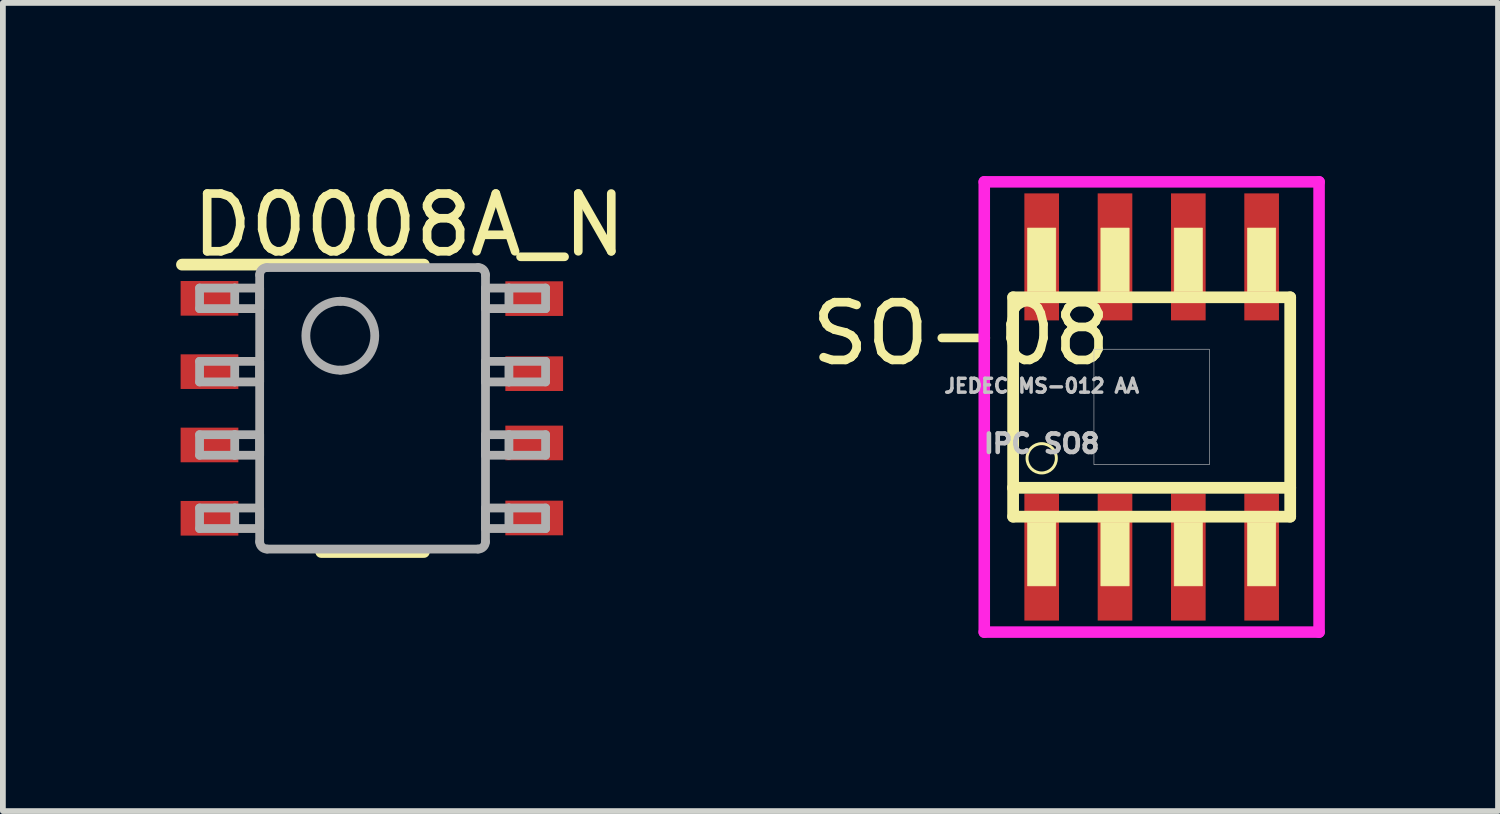
<source format=kicad_pcb>
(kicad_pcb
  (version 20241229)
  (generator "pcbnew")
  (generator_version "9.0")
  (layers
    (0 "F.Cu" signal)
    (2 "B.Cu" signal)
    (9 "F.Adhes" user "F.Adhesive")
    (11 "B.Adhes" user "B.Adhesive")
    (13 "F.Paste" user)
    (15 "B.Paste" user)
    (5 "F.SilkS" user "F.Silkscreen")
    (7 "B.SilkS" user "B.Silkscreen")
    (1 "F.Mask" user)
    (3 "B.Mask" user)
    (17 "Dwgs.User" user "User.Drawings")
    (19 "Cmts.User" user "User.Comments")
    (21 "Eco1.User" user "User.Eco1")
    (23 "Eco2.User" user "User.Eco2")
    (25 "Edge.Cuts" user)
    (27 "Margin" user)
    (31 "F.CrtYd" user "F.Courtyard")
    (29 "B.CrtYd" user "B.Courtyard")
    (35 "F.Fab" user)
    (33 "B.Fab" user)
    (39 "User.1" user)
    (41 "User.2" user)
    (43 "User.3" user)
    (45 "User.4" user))
  (footprint "D0008A_N"
    (layer "F.Cu")
    (at 3.404 4.023)
    (property "Reference" "D0008A_N" (at 0.635 -3.175 0) (layer "F.SilkS") (effects (font (size 1 1) (thickness 0.15))))
    (attr smd)
    (fp_line (start -3.302 -2.489) (end 0.889 -2.489) (stroke (width 0.203) (type solid)) (layer "F.SilkS"))
    (fp_line (start -0.889 2.489) (end 0.889 2.489) (stroke (width 0.203) (type solid)) (layer "F.SilkS"))
    (fp_line (start -2.997 -2.083) (end -2.388 -2.083) (stroke (width 0.152) (type solid)) (layer "F.Fab"))
    (fp_line (start -2.997 -1.727) (end -2.997 -2.083) (stroke (width 0.152) (type solid)) (layer "F.Fab"))
    (fp_line (start -2.997 -1.727) (end -2.388 -1.727) (stroke (width 0.152) (type solid)) (layer "F.Fab"))
    (fp_line (start -2.997 -0.813) (end -2.388 -0.813) (stroke (width 0.152) (type solid)) (layer "F.Fab"))
    (fp_line (start -2.997 -0.457) (end -2.997 -0.813) (stroke (width 0.152) (type solid)) (layer "F.Fab"))
    (fp_line (start -2.997 -0.457) (end -2.388 -0.457) (stroke (width 0.152) (type solid)) (layer "F.Fab"))
    (fp_line (start -2.997 0.457) (end -2.388 0.457) (stroke (width 0.152) (type solid)) (layer "F.Fab"))
    (fp_line (start -2.997 0.813) (end -2.997 0.457) (stroke (width 0.152) (type solid)) (layer "F.Fab"))
    (fp_line (start -2.997 0.813) (end -2.388 0.813) (stroke (width 0.152) (type solid)) (layer "F.Fab"))
    (fp_line (start -2.997 1.727) (end -2.388 1.727) (stroke (width 0.152) (type solid)) (layer "F.Fab"))
    (fp_line (start -2.997 2.083) (end -2.997 1.727) (stroke (width 0.152) (type solid)) (layer "F.Fab"))
    (fp_line (start -2.997 2.083) (end -2.388 2.083) (stroke (width 0.152) (type solid)) (layer "F.Fab"))
    (fp_line (start -2.388 -2.083) (end -1.956 -2.083) (stroke (width 0.152) (type solid)) (layer "F.Fab"))
    (fp_line (start -2.388 -1.727) (end -2.388 -2.083) (stroke (width 0.152) (type solid)) (layer "F.Fab"))
    (fp_line (start -2.388 -1.727) (end -1.956 -1.727) (stroke (width 0.152) (type solid)) (layer "F.Fab"))
    (fp_line (start -2.388 -0.813) (end -1.956 -0.813) (stroke (width 0.152) (type solid)) (layer "F.Fab"))
    (fp_line (start -2.388 -0.457) (end -2.388 -0.813) (stroke (width 0.152) (type solid)) (layer "F.Fab"))
    (fp_line (start -2.388 -0.457) (end -1.956 -0.457) (stroke (width 0.152) (type solid)) (layer "F.Fab"))
    (fp_line (start -2.388 0.457) (end -1.956 0.457) (stroke (width 0.152) (type solid)) (layer "F.Fab"))
    (fp_line (start -2.388 0.813) (end -2.388 0.457) (stroke (width 0.152) (type solid)) (layer "F.Fab"))
    (fp_line (start -2.388 0.813) (end -1.956 0.813) (stroke (width 0.152) (type solid)) (layer "F.Fab"))
    (fp_line (start -2.388 1.727) (end -1.956 1.727) (stroke (width 0.152) (type solid)) (layer "F.Fab"))
    (fp_line (start -2.388 2.083) (end -2.388 1.727) (stroke (width 0.152) (type solid)) (layer "F.Fab"))
    (fp_line (start -2.388 2.083) (end -1.956 2.083) (stroke (width 0.152) (type solid)) (layer "F.Fab"))
    (fp_line (start -1.956 -1.727) (end -1.956 -2.083) (stroke (width 0.152) (type solid)) (layer "F.Fab"))
    (fp_line (start -1.956 -0.457) (end -1.956 -0.813) (stroke (width 0.152) (type solid)) (layer "F.Fab"))
    (fp_line (start -1.956 0.813) (end -1.956 0.457) (stroke (width 0.152) (type solid)) (layer "F.Fab"))
    (fp_line (start -1.956 2.083) (end -1.956 1.727) (stroke (width 0.152) (type solid)) (layer "F.Fab"))
    (fp_line (start -1.956 2.311) (end -1.956 -2.311) (stroke (width 0.152) (type solid)) (layer "F.Fab"))
    (fp_line (start -1.829 -2.438) (end 1.829 -2.438) (stroke (width 0.152) (type solid)) (layer "F.Fab"))
    (fp_line (start -1.829 2.438) (end 1.829 2.438) (stroke (width 0.152) (type solid)) (layer "F.Fab"))
    (fp_line (start 1.956 -2.083) (end 2.362 -2.083) (stroke (width 0.152) (type solid)) (layer "F.Fab"))
    (fp_line (start 1.956 -1.727) (end 1.956 -2.083) (stroke (width 0.152) (type solid)) (layer "F.Fab"))
    (fp_line (start 1.956 -1.727) (end 2.362 -1.727) (stroke (width 0.152) (type solid)) (layer "F.Fab"))
    (fp_line (start 1.956 -0.813) (end 2.362 -0.813) (stroke (width 0.152) (type solid)) (layer "F.Fab"))
    (fp_line (start 1.956 -0.457) (end 1.956 -0.813) (stroke (width 0.152) (type solid)) (layer "F.Fab"))
    (fp_line (start 1.956 -0.457) (end 2.362 -0.457) (stroke (width 0.152) (type solid)) (layer "F.Fab"))
    (fp_line (start 1.956 0.457) (end 2.362 0.457) (stroke (width 0.152) (type solid)) (layer "F.Fab"))
    (fp_line (start 1.956 0.813) (end 1.956 0.457) (stroke (width 0.152) (type solid)) (layer "F.Fab"))
    (fp_line (start 1.956 0.813) (end 2.362 0.813) (stroke (width 0.152) (type solid)) (layer "F.Fab"))
    (fp_line (start 1.956 1.727) (end 2.362 1.727) (stroke (width 0.152) (type solid)) (layer "F.Fab"))
    (fp_line (start 1.956 2.083) (end 1.956 1.727) (stroke (width 0.152) (type solid)) (layer "F.Fab"))
    (fp_line (start 1.956 2.083) (end 2.362 2.083) (stroke (width 0.152) (type solid)) (layer "F.Fab"))
    (fp_line (start 1.956 2.311) (end 1.956 -2.311) (stroke (width 0.152) (type solid)) (layer "F.Fab"))
    (fp_line (start 2.362 -2.083) (end 2.997 -2.083) (stroke (width 0.152) (type solid)) (layer "F.Fab"))
    (fp_line (start 2.362 -1.727) (end 2.362 -2.083) (stroke (width 0.152) (type solid)) (layer "F.Fab"))
    (fp_line (start 2.362 -1.727) (end 2.997 -1.727) (stroke (width 0.152) (type solid)) (layer "F.Fab"))
    (fp_line (start 2.362 -0.813) (end 2.997 -0.813) (stroke (width 0.152) (type solid)) (layer "F.Fab"))
    (fp_line (start 2.362 -0.457) (end 2.362 -0.813) (stroke (width 0.152) (type solid)) (layer "F.Fab"))
    (fp_line (start 2.362 -0.457) (end 2.997 -0.457) (stroke (width 0.152) (type solid)) (layer "F.Fab"))
    (fp_line (start 2.362 0.457) (end 2.997 0.457) (stroke (width 0.152) (type solid)) (layer "F.Fab"))
    (fp_line (start 2.362 0.813) (end 2.362 0.457) (stroke (width 0.152) (type solid)) (layer "F.Fab"))
    (fp_line (start 2.362 0.813) (end 2.997 0.813) (stroke (width 0.152) (type solid)) (layer "F.Fab"))
    (fp_line (start 2.362 1.727) (end 2.997 1.727) (stroke (width 0.152) (type solid)) (layer "F.Fab"))
    (fp_line (start 2.362 2.083) (end 2.362 1.727) (stroke (width 0.152) (type solid)) (layer "F.Fab"))
    (fp_line (start 2.362 2.083) (end 2.997 2.083) (stroke (width 0.152) (type solid)) (layer "F.Fab"))
    (fp_line (start 2.997 -1.727) (end 2.997 -2.083) (stroke (width 0.152) (type solid)) (layer "F.Fab"))
    (fp_line (start 2.997 -0.457) (end 2.997 -0.813) (stroke (width 0.152) (type solid)) (layer "F.Fab"))
    (fp_line (start 2.997 0.813) (end 2.997 0.457) (stroke (width 0.152) (type solid)) (layer "F.Fab"))
    (fp_line (start 2.997 2.083) (end 2.997 1.727) (stroke (width 0.152) (type solid)) (layer "F.Fab"))
    (fp_arc (start -1.9558 -2.3114) (mid -1.918279 -2.400879) (end -1.8288 -2.4384) (stroke (width 0.1524) (type solid)) (layer "F.Fab"))
    (fp_arc (start -1.8288 2.4384) (mid -1.918279 2.400879) (end -1.9558 2.3114) (stroke (width 0.1524) (type solid)) (layer "F.Fab"))
    (fp_arc (start -0.5588 -1.8542) (mid 0.0381 -1.2573) (end -0.5588 -0.6604) (stroke (width 0.1524) (type solid)) (layer "F.Fab"))
    (fp_arc (start -0.5588 -0.6604) (mid -1.1557 -1.2573) (end -0.5588 -1.8542) (stroke (width 0.1524) (type solid)) (layer "F.Fab"))
    (fp_arc (start 1.8288 -2.4384) (mid 1.918279 -2.400879) (end 1.9558 -2.3114) (stroke (width 0.1524) (type solid)) (layer "F.Fab"))
    (fp_arc (start 1.9558 2.3114) (mid 1.918279 2.400879) (end 1.8288 2.4384) (stroke (width 0.1524) (type solid)) (layer "F.Fab"))
    (pad "1" smd rect (at -2.825 -1.905 180) (size 1 0.6) (layers "F.Cu" "F.Mask" "F.Paste"))
    (pad "2" smd rect (at -2.825 -0.635 180) (size 1 0.6) (layers "F.Cu" "F.Mask" "F.Paste"))
    (pad "3" smd rect (at -2.825 0.635 180) (size 1 0.6) (layers "F.Cu" "F.Mask" "F.Paste"))
    (pad "4" smd rect (at -2.825 1.905 180) (size 1 0.6) (layers "F.Cu" "F.Mask" "F.Paste"))
    (pad "5" smd rect (at 2.8 1.9 180) (size 1 0.6) (layers "F.Cu" "F.Mask" "F.Paste"))
    (pad "6" smd rect (at 2.8 0.6 180) (size 1 0.6) (layers "F.Cu" "F.Mask" "F.Paste"))
    (pad "7" smd rect (at 2.8 -0.6 180) (size 1 0.6) (layers "F.Cu" "F.Mask" "F.Paste"))
    (pad "8" smd rect (at 2.8 -1.9 180) (size 1 0.6) (layers "F.Cu" "F.Mask" "F.Paste")))
  (footprint "SO-08"
    (layer "F.Cu")
    (at 16.9 4)
    (property "Reference" "SO-08" (at -3.302 -1.27 180) (layer "F.SilkS") (effects (font (size 1 1) (thickness 0.15))))
    (attr smd)
    (fp_line (start -2.4 -1.9) (end 2.4 -1.9) (stroke (width 0.203) (type solid)) (layer "F.SilkS"))
    (fp_line (start -2.4 1.4) (end -2.4 -1.9) (stroke (width 0.203) (type solid)) (layer "F.SilkS"))
    (fp_line (start -2.4 1.9) (end -2.4 1.4) (stroke (width 0.203) (type solid)) (layer "F.SilkS"))
    (fp_line (start 2.4 -1.9) (end 2.4 1.4) (stroke (width 0.203) (type solid)) (layer "F.SilkS"))
    (fp_line (start 2.4 1.4) (end -2.4 1.4) (stroke (width 0.203) (type solid)) (layer "F.SilkS"))
    (fp_line (start 2.4 1.4) (end 2.4 1.9) (stroke (width 0.203) (type solid)) (layer "F.SilkS"))
    (fp_line (start 2.4 1.9) (end -2.4 1.9) (stroke (width 0.203) (type solid)) (layer "F.SilkS"))
    (fp_circle (center -1.905 0.889) (end -1.651 0.889) (stroke (width 0.051) (type solid)) (fill no) (layer "F.SilkS"))
    (fp_poly (pts (xy -2.15 -3.1) (xy -1.66 -3.1) (xy -1.66 -2) (xy -2.15 -2)) (stroke (width 0.01) (type solid)) (fill yes) (layer "F.SilkS"))
    (fp_poly (pts (xy -2.15 2) (xy -1.66 2) (xy -1.66 3.1) (xy -2.15 3.1)) (stroke (width 0.01) (type solid)) (fill yes) (layer "F.SilkS"))
    (fp_poly (pts (xy -0.88 -3.1) (xy -0.39 -3.1) (xy -0.39 -2) (xy -0.88 -2)) (stroke (width 0.01) (type solid)) (fill yes) (layer "F.SilkS"))
    (fp_poly (pts (xy -0.88 2) (xy -0.39 2) (xy -0.39 3.1) (xy -0.88 3.1)) (stroke (width 0.01) (type solid)) (fill yes) (layer "F.SilkS"))
    (fp_poly (pts (xy 0.39 -3.1) (xy 0.88 -3.1) (xy 0.88 -2) (xy 0.39 -2)) (stroke (width 0.01) (type solid)) (fill yes) (layer "F.SilkS"))
    (fp_poly (pts (xy 0.39 2) (xy 0.88 2) (xy 0.88 3.1) (xy 0.39 3.1)) (stroke (width 0.01) (type solid)) (fill yes) (layer "F.SilkS"))
    (fp_poly (pts (xy 1.66 -3.1) (xy 2.15 -3.1) (xy 2.15 -2) (xy 1.66 -2)) (stroke (width 0.01) (type solid)) (fill yes) (layer "F.SilkS"))
    (fp_poly (pts (xy 1.66 2) (xy 2.15 2) (xy 2.15 3.1) (xy 1.66 3.1)) (stroke (width 0.01) (type solid)) (fill yes) (layer "F.SilkS"))
    (fp_poly (pts (xy -1 -1) (xy 1 -1) (xy 1 1) (xy -1 1)) (stroke (width 0.01) (type solid)) (fill no) (layer "Dwgs.User"))
    (fp_line (start -2.9 -3.9) (end 2.9 -3.9) (stroke (width 0.2) (type solid)) (layer "F.CrtYd"))
    (fp_line (start -2.9 3.9) (end -2.9 -3.9) (stroke (width 0.2) (type solid)) (layer "F.CrtYd"))
    (fp_line (start 2.9 -3.9) (end 2.9 3.9) (stroke (width 0.2) (type solid)) (layer "F.CrtYd"))
    (fp_line (start 2.9 3.9) (end -2.9 3.9) (stroke (width 0.2) (type solid)) (layer "F.CrtYd"))
    (fp_text user "IPC SO8" (at -1.905 0.635 0) (layer "Dwgs.User") (effects (font (size 0.32 0.32) (thickness 0.15))))
    (fp_text user "JEDEC MS-012 AA" (at -1.905 -0.365 0) (layer "Dwgs.User") (effects (font (size 0.24 0.24) (thickness 0.15))))
    (pad "1" smd rect (at -1.905 2.6) (size 0.6 2.2) (layers "F.Cu" "F.Mask" "F.Paste"))
    (pad "2" smd rect (at -0.635 2.6) (size 0.6 2.2) (layers "F.Cu" "F.Mask" "F.Paste"))
    (pad "3" smd rect (at 0.635 2.6) (size 0.6 2.2) (layers "F.Cu" "F.Mask" "F.Paste"))
    (pad "4" smd rect (at 1.905 2.6) (size 0.6 2.2) (layers "F.Cu" "F.Mask" "F.Paste"))
    (pad "5" smd rect (at 1.905 -2.6) (size 0.6 2.2) (layers "F.Cu" "F.Mask" "F.Paste"))
    (pad "6" smd rect (at 0.635 -2.6) (size 0.6 2.2) (layers "F.Cu" "F.Mask" "F.Paste"))
    (pad "7" smd rect (at -0.635 -2.6) (size 0.6 2.2) (layers "F.Cu" "F.Mask" "F.Paste"))
    (pad "8" smd rect (at -1.905 -2.6) (size 0.6 2.2) (layers "F.Cu" "F.Mask" "F.Paste")))
  (gr_rect
    (start -3 -3)
    (end 22.9 11)
    (stroke (width 0.1) (type default))
    (fill no)
    (layer "Edge.Cuts")))
</source>
